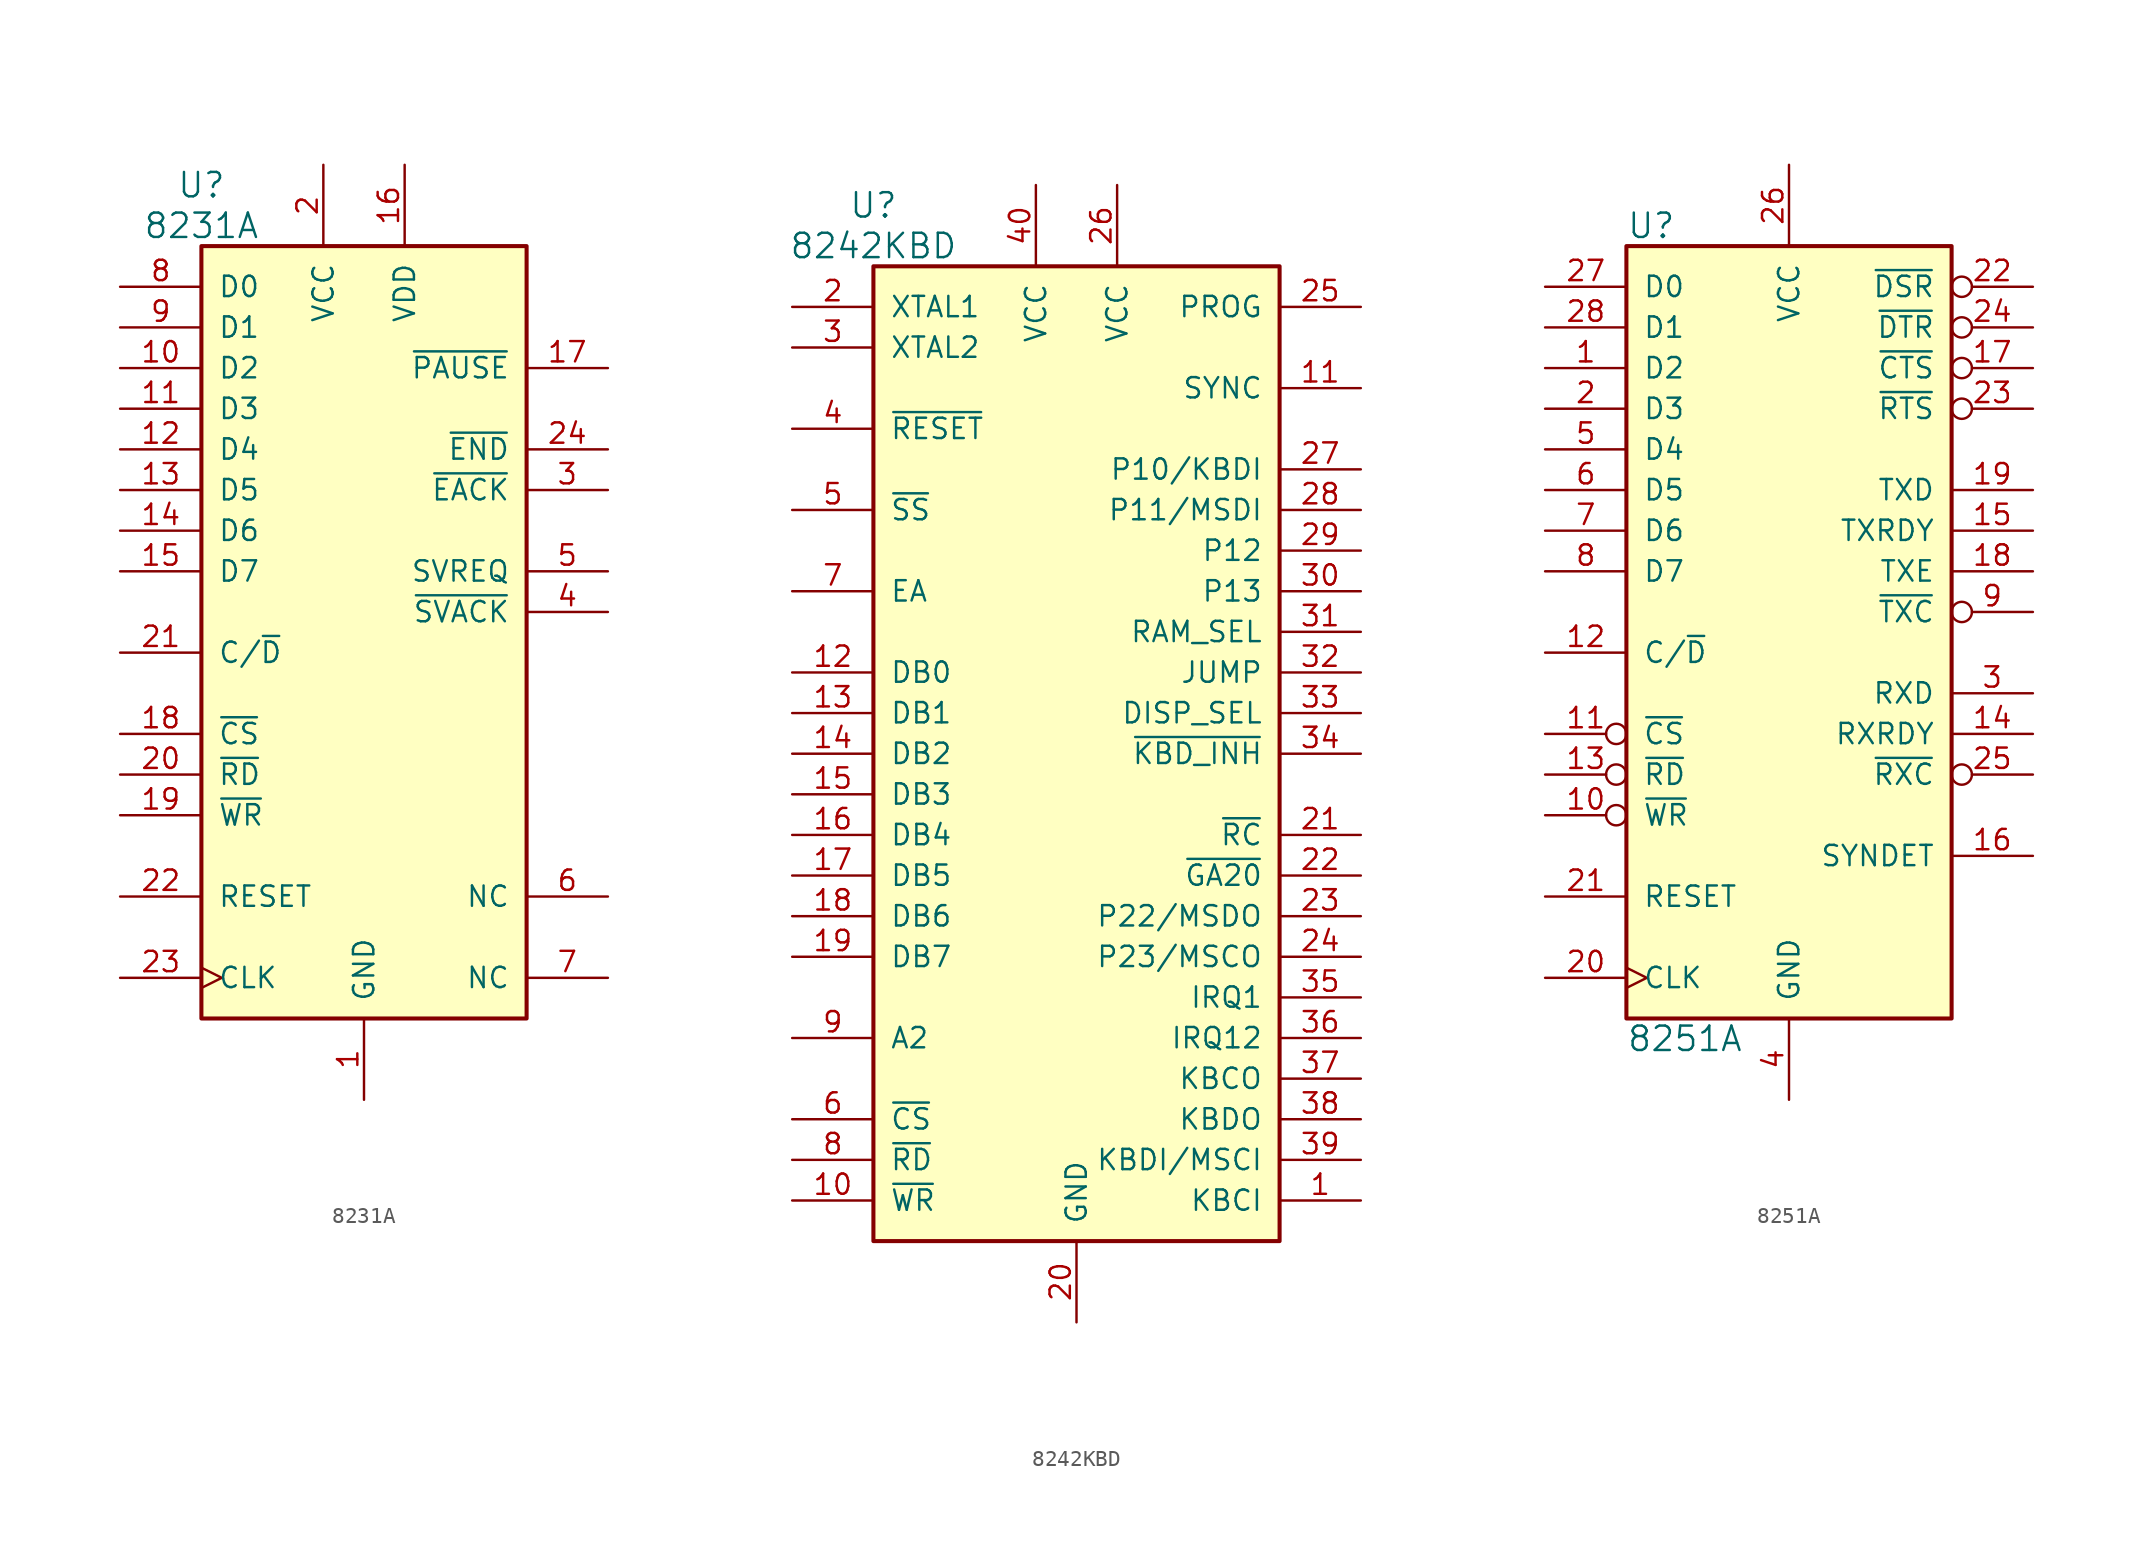
<source format=kicad_sym>
(kicad_symbol_lib
  (version 20211014)
  (generator kicad_symbol_editor)
  (symbol "8231A"
    (pin_names
      (offset 1.016))
    (property "Reference" "U"
      (at -10.16 27.94 0)
      (effects (font (size 1.524 1.524))))
    (property "Value" "8231A"
      (at -10.16 25.4 0)
      (effects (font (size 1.524 1.524))))
    (symbol "8231A_0_1"
      (rectangle (start -10.16 24.13) (end 10.16 -24.13) (stroke (width 0.254) (type default) (color 0 0 0 0)) (fill (type background))))
    (symbol "8231A_1_1"
      (pin power_in line (at 0 -29.21 90) (length 5.08) (name "GND" (effects (font (size 1.27 1.27)))) (number "1" (effects (font (size 1.27 1.27)))))
      (pin tri_state line (at -15.24 16.51 0) (length 5.08) (name "D2" (effects (font (size 1.27 1.27)))) (number "10" (effects (font (size 1.27 1.27)))))
      (pin tri_state line (at -15.24 13.97 0) (length 5.08) (name "D3" (effects (font (size 1.27 1.27)))) (number "11" (effects (font (size 1.27 1.27)))))
      (pin tri_state line (at -15.24 11.43 0) (length 5.08) (name "D4" (effects (font (size 1.27 1.27)))) (number "12" (effects (font (size 1.27 1.27)))))
      (pin tri_state line (at -15.24 8.89 0) (length 5.08) (name "D5" (effects (font (size 1.27 1.27)))) (number "13" (effects (font (size 1.27 1.27)))))
      (pin tri_state line (at -15.24 6.35 0) (length 5.08) (name "D6" (effects (font (size 1.27 1.27)))) (number "14" (effects (font (size 1.27 1.27)))))
      (pin tri_state line (at -15.24 3.81 0) (length 5.08) (name "D7" (effects (font (size 1.27 1.27)))) (number "15" (effects (font (size 1.27 1.27)))))
      (pin power_in line (at 2.54 29.21 270) (length 5.08) (name "VDD" (effects (font (size 1.27 1.27)))) (number "16" (effects (font (size 1.27 1.27)))))
      (pin output line (at 15.24 16.51 180) (length 5.08) (name "~{PAUSE}" (effects (font (size 1.27 1.27)))) (number "17" (effects (font (size 1.27 1.27)))))
      (pin input line (at -15.24 -6.35 0) (length 5.08) (name "~{CS}" (effects (font (size 1.27 1.27)))) (number "18" (effects (font (size 1.27 1.27)))))
      (pin input line (at -15.24 -11.43 0) (length 5.08) (name "~{WR}" (effects (font (size 1.27 1.27)))) (number "19" (effects (font (size 1.27 1.27)))))
      (pin power_in line (at -2.54 29.21 270) (length 5.08) (name "VCC" (effects (font (size 1.27 1.27)))) (number "2" (effects (font (size 1.27 1.27)))))
      (pin input line (at -15.24 -8.89 0) (length 5.08) (name "~{RD}" (effects (font (size 1.27 1.27)))) (number "20" (effects (font (size 1.27 1.27)))))
      (pin input line (at -15.24 -1.27 0) (length 5.08) (name "C/~{D}" (effects (font (size 1.27 1.27)))) (number "21" (effects (font (size 1.27 1.27)))))
      (pin input line (at -15.24 -16.51 0) (length 5.08) (name "RESET" (effects (font (size 1.27 1.27)))) (number "22" (effects (font (size 1.27 1.27)))))
      (pin input clock (at -15.24 -21.59 0) (length 5.08) (name "CLK" (effects (font (size 1.27 1.27)))) (number "23" (effects (font (size 1.27 1.27)))))
      (pin output line (at 15.24 11.43 180) (length 5.08) (name "~{END}" (effects (font (size 1.27 1.27)))) (number "24" (effects (font (size 1.27 1.27)))))
      (pin input line (at 15.24 8.89 180) (length 5.08) (name "~{EACK}" (effects (font (size 1.27 1.27)))) (number "3" (effects (font (size 1.27 1.27)))))
      (pin input line (at 15.24 1.27 180) (length 5.08) (name "~{SVACK}" (effects (font (size 1.27 1.27)))) (number "4" (effects (font (size 1.27 1.27)))))
      (pin output line (at 15.24 3.81 180) (length 5.08) (name "SVREQ" (effects (font (size 1.27 1.27)))) (number "5" (effects (font (size 1.27 1.27)))))
      (pin input line (at 15.24 -16.51 180) (length 5.08) (name "NC" (effects (font (size 1.27 1.27)))) (number "6" (effects (font (size 1.27 1.27)))))
      (pin input line (at 15.24 -21.59 180) (length 5.08) (name "NC" (effects (font (size 1.27 1.27)))) (number "7" (effects (font (size 1.27 1.27)))))
      (pin tri_state line (at -15.24 21.59 0) (length 5.08) (name "D0" (effects (font (size 1.27 1.27)))) (number "8" (effects (font (size 1.27 1.27)))))
      (pin tri_state line (at -15.24 19.05 0) (length 5.08) (name "D1" (effects (font (size 1.27 1.27)))) (number "9" (effects (font (size 1.27 1.27)))))))
  (symbol "8242KBD"
    (pin_names
      (offset 1.016))
    (property "Reference" "U"
      (at -12.7 34.29 0)
      (effects (font (size 1.524 1.524))))
    (property "Value" "8242KBD"
      (at -12.7 31.75 0)
      (effects (font (size 1.524 1.524))))
    (property "Datasheet" ""
      (at 0 -3.81 0)
      (effects (font (size 1.524 1.524))))
    (symbol "8242KBD_0_1"
      (rectangle (start 12.7 -30.48) (end -12.7 30.48) (stroke (width 0.254) (type default) (color 0 0 0 0)) (fill (type background))))
    (symbol "8242KBD_1_1"
      (pin input line (at 17.78 -27.94 180) (length 5.08) (name "KBCI" (effects (font (size 1.27 1.27)))) (number "1" (effects (font (size 1.27 1.27)))))
      (pin input line (at -17.78 -27.94 0) (length 5.08) (name "~{WR}" (effects (font (size 1.27 1.27)))) (number "10" (effects (font (size 1.27 1.27)))))
      (pin output line (at 17.78 22.86 180) (length 5.08) (name "SYNC" (effects (font (size 1.27 1.27)))) (number "11" (effects (font (size 1.27 1.27)))))
      (pin tri_state line (at -17.78 5.08 0) (length 5.08) (name "DB0" (effects (font (size 1.27 1.27)))) (number "12" (effects (font (size 1.27 1.27)))))
      (pin tri_state line (at -17.78 2.54 0) (length 5.08) (name "DB1" (effects (font (size 1.27 1.27)))) (number "13" (effects (font (size 1.27 1.27)))))
      (pin tri_state line (at -17.78 0 0) (length 5.08) (name "DB2" (effects (font (size 1.27 1.27)))) (number "14" (effects (font (size 1.27 1.27)))))
      (pin tri_state line (at -17.78 -2.54 0) (length 5.08) (name "DB3" (effects (font (size 1.27 1.27)))) (number "15" (effects (font (size 1.27 1.27)))))
      (pin tri_state line (at -17.78 -5.08 0) (length 5.08) (name "DB4" (effects (font (size 1.27 1.27)))) (number "16" (effects (font (size 1.27 1.27)))))
      (pin tri_state line (at -17.78 -7.62 0) (length 5.08) (name "DB5" (effects (font (size 1.27 1.27)))) (number "17" (effects (font (size 1.27 1.27)))))
      (pin tri_state line (at -17.78 -10.16 0) (length 5.08) (name "DB6" (effects (font (size 1.27 1.27)))) (number "18" (effects (font (size 1.27 1.27)))))
      (pin tri_state line (at -17.78 -12.7 0) (length 5.08) (name "DB7" (effects (font (size 1.27 1.27)))) (number "19" (effects (font (size 1.27 1.27)))))
      (pin input line (at -17.78 27.94 0) (length 5.08) (name "XTAL1" (effects (font (size 1.27 1.27)))) (number "2" (effects (font (size 1.27 1.27)))))
      (pin power_in line (at 0 -35.56 90) (length 5.08) (name "GND" (effects (font (size 1.27 1.27)))) (number "20" (effects (font (size 1.27 1.27)))))
      (pin output line (at 17.78 -5.08 180) (length 5.08) (name "~{RC}" (effects (font (size 1.27 1.27)))) (number "21" (effects (font (size 1.27 1.27)))))
      (pin output line (at 17.78 -7.62 180) (length 5.08) (name "~{GA20}" (effects (font (size 1.27 1.27)))) (number "22" (effects (font (size 1.27 1.27)))))
      (pin output line (at 17.78 -10.16 180) (length 5.08) (name "P22/MSDO" (effects (font (size 1.27 1.27)))) (number "23" (effects (font (size 1.27 1.27)))))
      (pin output line (at 17.78 -12.7 180) (length 5.08) (name "P23/MSCO" (effects (font (size 1.27 1.27)))) (number "24" (effects (font (size 1.27 1.27)))))
      (pin input line (at 17.78 27.94 180) (length 5.08) (name "PROG" (effects (font (size 1.27 1.27)))) (number "25" (effects (font (size 1.27 1.27)))))
      (pin power_in line (at 2.54 35.56 270) (length 5.08) (name "VCC" (effects (font (size 1.27 1.27)))) (number "26" (effects (font (size 1.27 1.27)))))
      (pin input line (at 17.78 17.78 180) (length 5.08) (name "P10/KBDI" (effects (font (size 1.27 1.27)))) (number "27" (effects (font (size 1.27 1.27)))))
      (pin input line (at 17.78 15.24 180) (length 5.08) (name "P11/MSDI" (effects (font (size 1.27 1.27)))) (number "28" (effects (font (size 1.27 1.27)))))
      (pin bidirectional line (at 17.78 12.7 180) (length 5.08) (name "P12" (effects (font (size 1.27 1.27)))) (number "29" (effects (font (size 1.27 1.27)))))
      (pin input line (at -17.78 25.4 0) (length 5.08) (name "XTAL2" (effects (font (size 1.27 1.27)))) (number "3" (effects (font (size 1.27 1.27)))))
      (pin bidirectional line (at 17.78 10.16 180) (length 5.08) (name "P13" (effects (font (size 1.27 1.27)))) (number "30" (effects (font (size 1.27 1.27)))))
      (pin input line (at 17.78 7.62 180) (length 5.08) (name "RAM_SEL" (effects (font (size 1.27 1.27)))) (number "31" (effects (font (size 1.27 1.27)))))
      (pin input line (at 17.78 5.08 180) (length 5.08) (name "JUMP" (effects (font (size 1.27 1.27)))) (number "32" (effects (font (size 1.27 1.27)))))
      (pin input line (at 17.78 2.54 180) (length 5.08) (name "DISP_SEL" (effects (font (size 1.27 1.27)))) (number "33" (effects (font (size 1.27 1.27)))))
      (pin input line (at 17.78 0 180) (length 5.08) (name "~{KBD_INH}" (effects (font (size 1.27 1.27)))) (number "34" (effects (font (size 1.27 1.27)))))
      (pin output line (at 17.78 -15.24 180) (length 5.08) (name "IRQ1" (effects (font (size 1.27 1.27)))) (number "35" (effects (font (size 1.27 1.27)))))
      (pin output line (at 17.78 -17.78 180) (length 5.08) (name "IRQ12" (effects (font (size 1.27 1.27)))) (number "36" (effects (font (size 1.27 1.27)))))
      (pin output line (at 17.78 -20.32 180) (length 5.08) (name "KBCO" (effects (font (size 1.27 1.27)))) (number "37" (effects (font (size 1.27 1.27)))))
      (pin output line (at 17.78 -22.86 180) (length 5.08) (name "KBDO" (effects (font (size 1.27 1.27)))) (number "38" (effects (font (size 1.27 1.27)))))
      (pin input line (at 17.78 -25.4 180) (length 5.08) (name "KBDI/MSCI" (effects (font (size 1.27 1.27)))) (number "39" (effects (font (size 1.27 1.27)))))
      (pin input line (at -17.78 20.32 0) (length 5.08) (name "~{RESET}" (effects (font (size 1.27 1.27)))) (number "4" (effects (font (size 1.27 1.27)))))
      (pin power_in line (at -2.54 35.56 270) (length 5.08) (name "VCC" (effects (font (size 1.27 1.27)))) (number "40" (effects (font (size 1.27 1.27)))))
      (pin input line (at -17.78 15.24 0) (length 5.08) (name "~{SS}" (effects (font (size 1.27 1.27)))) (number "5" (effects (font (size 1.27 1.27)))))
      (pin input line (at -17.78 -22.86 0) (length 5.08) (name "~{CS}" (effects (font (size 1.27 1.27)))) (number "6" (effects (font (size 1.27 1.27)))))
      (pin input line (at -17.78 10.16 0) (length 5.08) (name "EA" (effects (font (size 1.27 1.27)))) (number "7" (effects (font (size 1.27 1.27)))))
      (pin input line (at -17.78 -25.4 0) (length 5.08) (name "~{RD}" (effects (font (size 1.27 1.27)))) (number "8" (effects (font (size 1.27 1.27)))))
      (pin input line (at -17.78 -17.78 0) (length 5.08) (name "A2" (effects (font (size 1.27 1.27)))) (number "9" (effects (font (size 1.27 1.27)))))))
  (symbol "8251A"
    (pin_names
      (offset 1.016))
    (property "Reference" "U"
      (at -10.16 25.4 0)
      (effects (font (size 1.524 1.524)) (justify left)))
    (property "Value" "8251A"
      (at -10.16 -25.4 0)
      (effects (font (size 1.524 1.524)) (justify left)))
    (symbol "8251A_0_1"
      (rectangle (start 10.16 -24.13) (end -10.16 24.13) (stroke (width 0.254) (type default) (color 0 0 0 0)) (fill (type background))))
    (symbol "8251A_1_1"
      (pin bidirectional line (at -15.24 16.51 0) (length 5.08) (name "D2" (effects (font (size 1.27 1.27)))) (number "1" (effects (font (size 1.27 1.27)))))
      (pin input inverted (at -15.24 -11.43 0) (length 5.08) (name "~{WR}" (effects (font (size 1.27 1.27)))) (number "10" (effects (font (size 1.27 1.27)))))
      (pin input inverted (at -15.24 -6.35 0) (length 5.08) (name "~{CS}" (effects (font (size 1.27 1.27)))) (number "11" (effects (font (size 1.27 1.27)))))
      (pin input line (at -15.24 -1.27 0) (length 5.08) (name "C/~{D}" (effects (font (size 1.27 1.27)))) (number "12" (effects (font (size 1.27 1.27)))))
      (pin input inverted (at -15.24 -8.89 0) (length 5.08) (name "~{RD}" (effects (font (size 1.27 1.27)))) (number "13" (effects (font (size 1.27 1.27)))))
      (pin output line (at 15.24 -6.35 180) (length 5.08) (name "RXRDY" (effects (font (size 1.27 1.27)))) (number "14" (effects (font (size 1.27 1.27)))))
      (pin output line (at 15.24 6.35 180) (length 5.08) (name "TXRDY" (effects (font (size 1.27 1.27)))) (number "15" (effects (font (size 1.27 1.27)))))
      (pin bidirectional line (at 15.24 -13.97 180) (length 5.08) (name "SYNDET" (effects (font (size 1.27 1.27)))) (number "16" (effects (font (size 1.27 1.27)))))
      (pin input inverted (at 15.24 16.51 180) (length 5.08) (name "~{CTS}" (effects (font (size 1.27 1.27)))) (number "17" (effects (font (size 1.27 1.27)))))
      (pin output line (at 15.24 3.81 180) (length 5.08) (name "TXE" (effects (font (size 1.27 1.27)))) (number "18" (effects (font (size 1.27 1.27)))))
      (pin output line (at 15.24 8.89 180) (length 5.08) (name "TXD" (effects (font (size 1.27 1.27)))) (number "19" (effects (font (size 1.27 1.27)))))
      (pin bidirectional line (at -15.24 13.97 0) (length 5.08) (name "D3" (effects (font (size 1.27 1.27)))) (number "2" (effects (font (size 1.27 1.27)))))
      (pin input clock (at -15.24 -21.59 0) (length 5.08) (name "CLK" (effects (font (size 1.27 1.27)))) (number "20" (effects (font (size 1.27 1.27)))))
      (pin input line (at -15.24 -16.51 0) (length 5.08) (name "RESET" (effects (font (size 1.27 1.27)))) (number "21" (effects (font (size 1.27 1.27)))))
      (pin input inverted (at 15.24 21.59 180) (length 5.08) (name "~{DSR}" (effects (font (size 1.27 1.27)))) (number "22" (effects (font (size 1.27 1.27)))))
      (pin output inverted (at 15.24 13.97 180) (length 5.08) (name "~{RTS}" (effects (font (size 1.27 1.27)))) (number "23" (effects (font (size 1.27 1.27)))))
      (pin output inverted (at 15.24 19.05 180) (length 5.08) (name "~{DTR}" (effects (font (size 1.27 1.27)))) (number "24" (effects (font (size 1.27 1.27)))))
      (pin input inverted (at 15.24 -8.89 180) (length 5.08) (name "~{RXC}" (effects (font (size 1.27 1.27)))) (number "25" (effects (font (size 1.27 1.27)))))
      (pin power_in line (at 0 29.21 270) (length 5.08) (name "VCC" (effects (font (size 1.27 1.27)))) (number "26" (effects (font (size 1.27 1.27)))))
      (pin bidirectional line (at -15.24 21.59 0) (length 5.08) (name "D0" (effects (font (size 1.27 1.27)))) (number "27" (effects (font (size 1.27 1.27)))))
      (pin bidirectional line (at -15.24 19.05 0) (length 5.08) (name "D1" (effects (font (size 1.27 1.27)))) (number "28" (effects (font (size 1.27 1.27)))))
      (pin input line (at 15.24 -3.81 180) (length 5.08) (name "RXD" (effects (font (size 1.27 1.27)))) (number "3" (effects (font (size 1.27 1.27)))))
      (pin power_in line (at 0 -29.21 90) (length 5.08) (name "GND" (effects (font (size 1.27 1.27)))) (number "4" (effects (font (size 1.27 1.27)))))
      (pin bidirectional line (at -15.24 11.43 0) (length 5.08) (name "D4" (effects (font (size 1.27 1.27)))) (number "5" (effects (font (size 1.27 1.27)))))
      (pin bidirectional line (at -15.24 8.89 0) (length 5.08) (name "D5" (effects (font (size 1.27 1.27)))) (number "6" (effects (font (size 1.27 1.27)))))
      (pin bidirectional line (at -15.24 6.35 0) (length 5.08) (name "D6" (effects (font (size 1.27 1.27)))) (number "7" (effects (font (size 1.27 1.27)))))
      (pin bidirectional line (at -15.24 3.81 0) (length 5.08) (name "D7" (effects (font (size 1.27 1.27)))) (number "8" (effects (font (size 1.27 1.27)))))
      (pin input inverted (at 15.24 1.27 180) (length 5.08) (name "~{TXC}" (effects (font (size 1.27 1.27)))) (number "9" (effects (font (size 1.27 1.27))))))))
</source>
